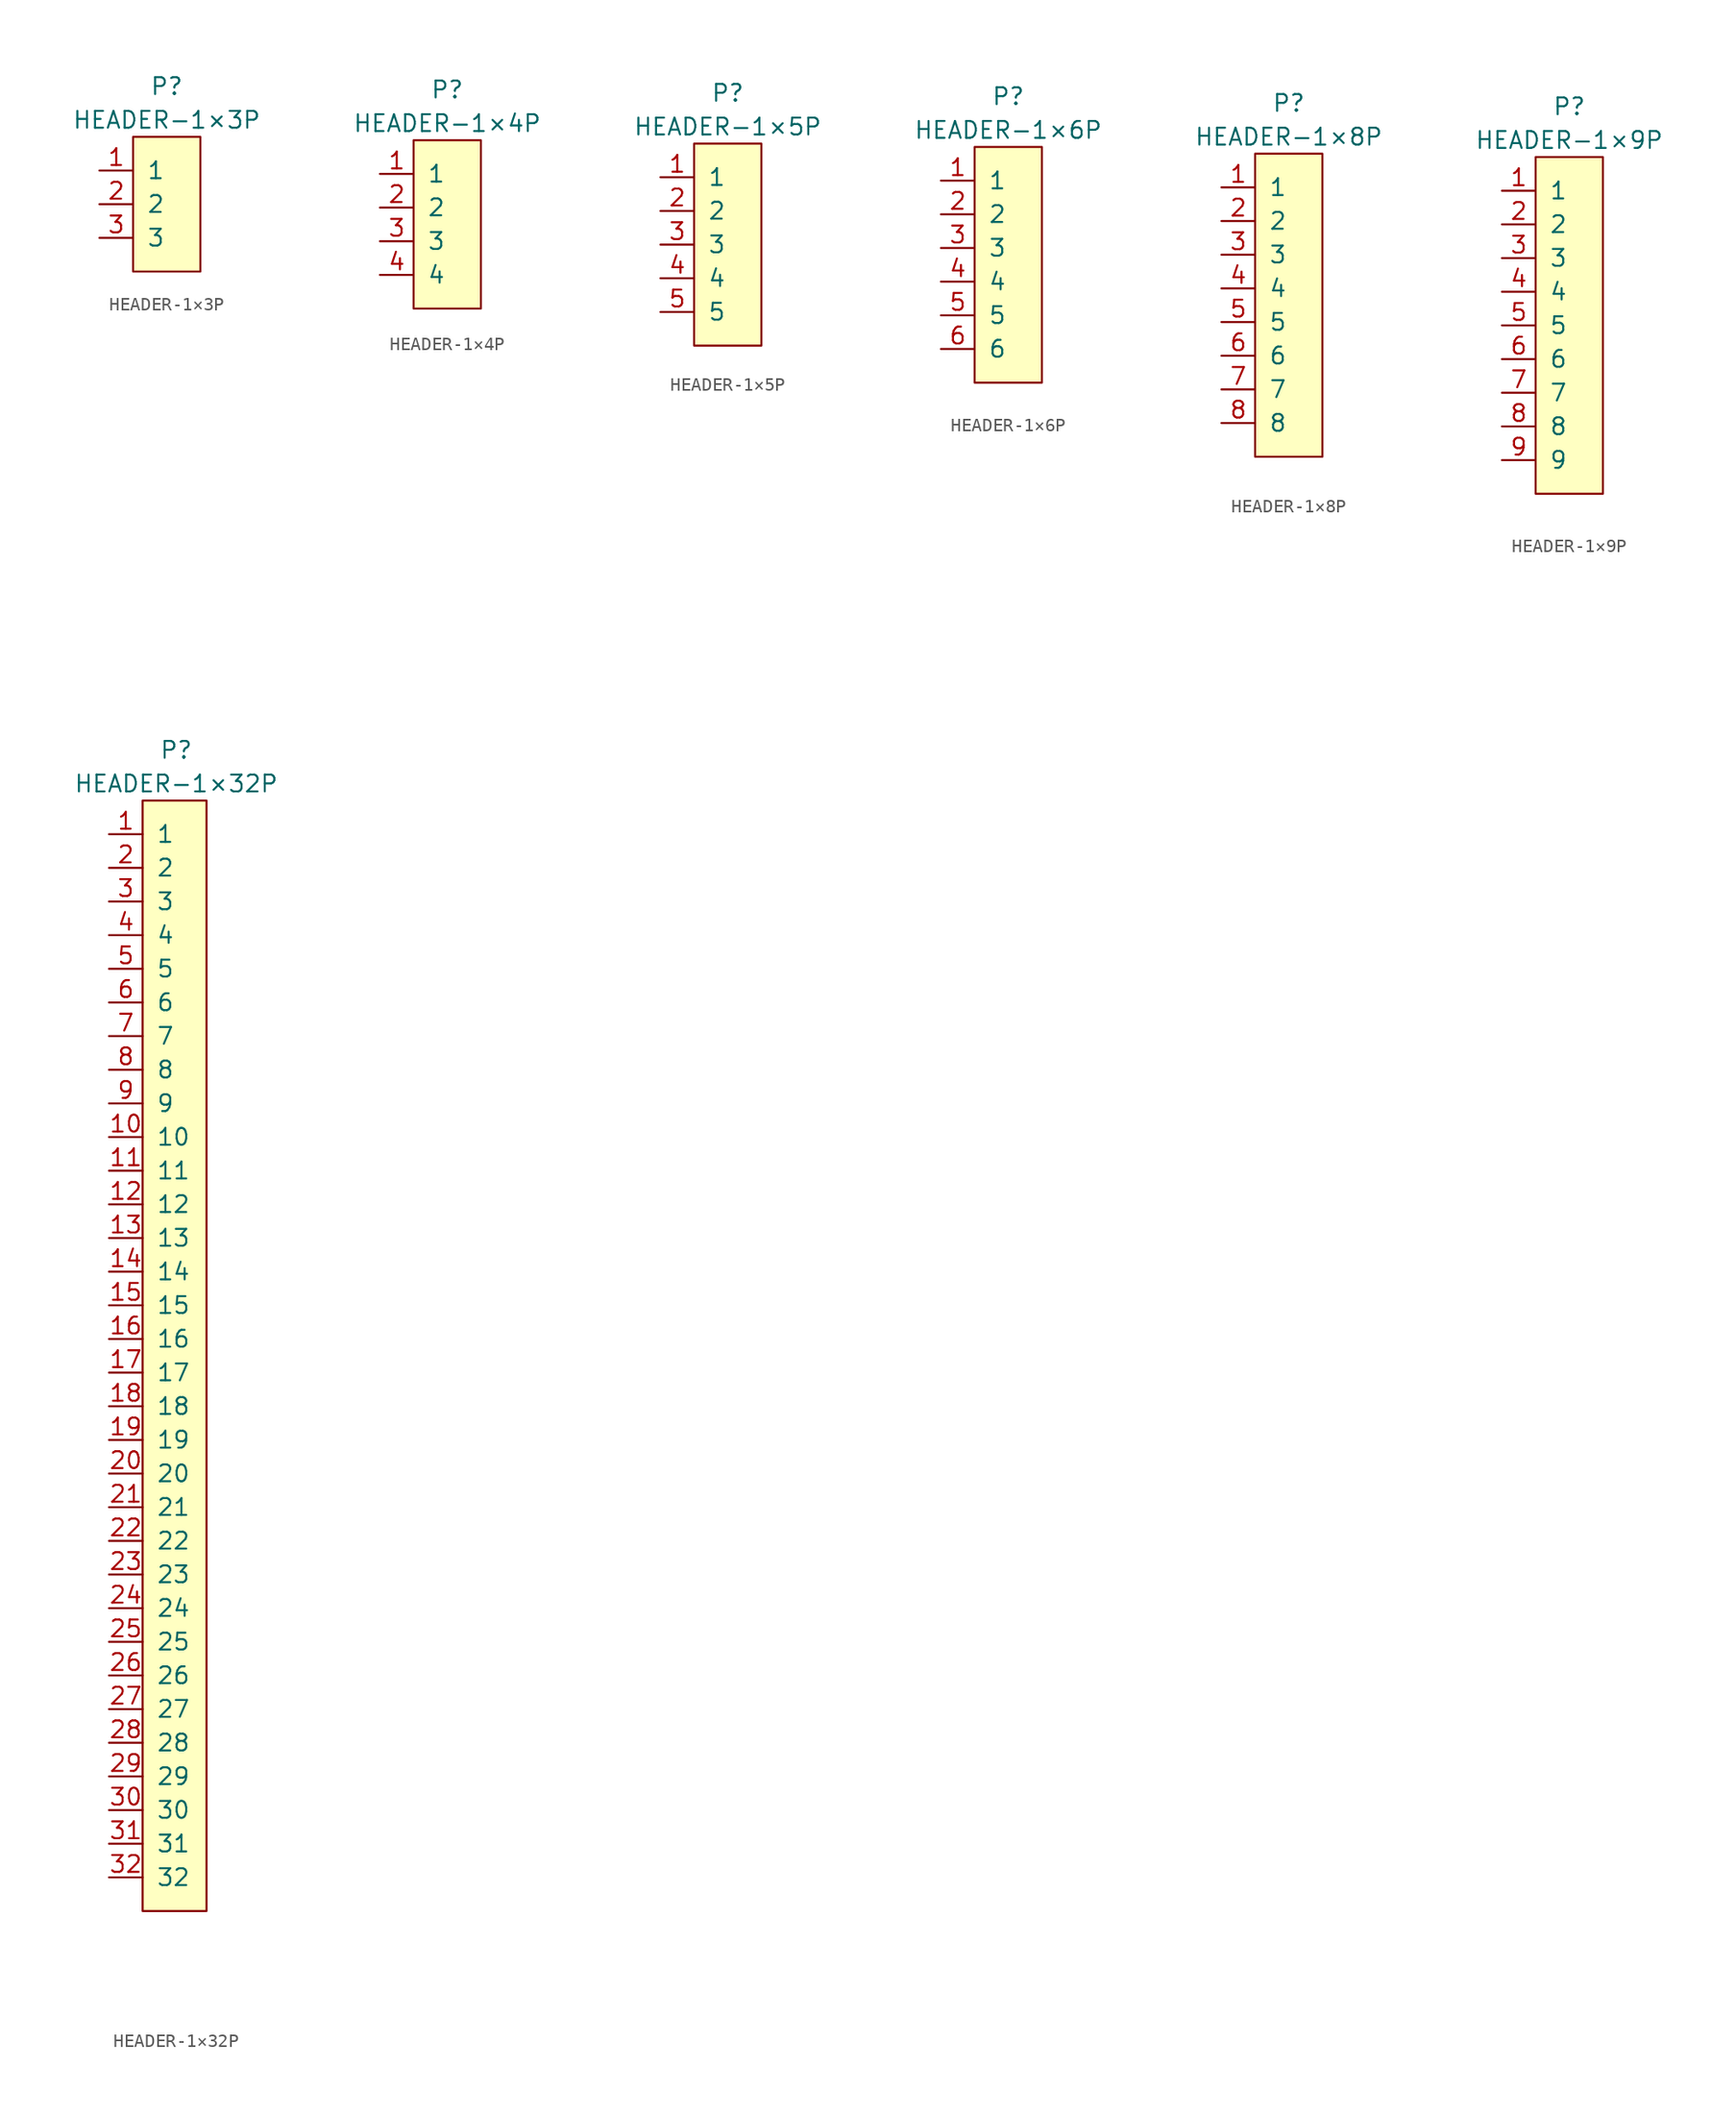
<source format=kicad_sym>
(kicad_symbol_lib
  (version 20231120)
  (generator "kicad_symbol_editor")
  (generator_version "8.0")
  (symbol "HEADER-1×3P"
    (pin_names
      (offset 1.016))
    (property "Reference" "P"
      (at 0 7.62 0)
      (effects (font (size 1.27 1.27))))
    (property "Value" "HEADER-1×3P"
      (at 0 5.08 0)
      (effects (font (size 1.27 1.27))))
    (symbol "HEADER-1×3P_0_1"
      (rectangle (start -2.54 3.81) (end 2.54 -6.35) (stroke (width 0) (type default)) (fill (type background))))
    (symbol "HEADER-1×3P_1_1"
      (pin passive line (at -5.08 1.27 0) (length 2.54) (name "1" (effects (font (size 1.27 1.27)))) (number "1" (effects (font (size 1.27 1.27)))))
      (pin passive line (at -5.08 -1.27 0) (length 2.54) (name "2" (effects (font (size 1.27 1.27)))) (number "2" (effects (font (size 1.27 1.27)))))
      (pin passive line (at -5.08 -3.81 0) (length 2.54) (name "3" (effects (font (size 1.27 1.27)))) (number "3" (effects (font (size 1.27 1.27)))))))
  (symbol "HEADER-1×4P"
    (pin_names
      (offset 1.016))
    (property "Reference" "P"
      (at 0 10.16 0)
      (effects (font (size 1.27 1.27))))
    (property "Value" "HEADER-1×4P"
      (at 0 7.62 0)
      (effects (font (size 1.27 1.27))))
    (symbol "HEADER-1×4P_0_1"
      (rectangle (start -2.54 6.35) (end 2.54 -6.35) (stroke (width 0) (type default)) (fill (type background))))
    (symbol "HEADER-1×4P_1_1"
      (pin passive line (at -5.08 3.81 0) (length 2.54) (name "1" (effects (font (size 1.27 1.27)))) (number "1" (effects (font (size 1.27 1.27)))))
      (pin passive line (at -5.08 1.27 0) (length 2.54) (name "2" (effects (font (size 1.27 1.27)))) (number "2" (effects (font (size 1.27 1.27)))))
      (pin passive line (at -5.08 -1.27 0) (length 2.54) (name "3" (effects (font (size 1.27 1.27)))) (number "3" (effects (font (size 1.27 1.27)))))
      (pin passive line (at -5.08 -3.81 0) (length 2.54) (name "4" (effects (font (size 1.27 1.27)))) (number "4" (effects (font (size 1.27 1.27)))))))
  (symbol "HEADER-1×5P"
    (pin_names
      (offset 1.016))
    (property "Reference" "P"
      (at 0 10.16 0)
      (effects (font (size 1.27 1.27))))
    (property "Value" "HEADER-1×5P"
      (at 0 7.62 0)
      (effects (font (size 1.27 1.27))))
    (symbol "HEADER-1×5P_0_1"
      (rectangle (start -2.54 6.35) (end 2.54 -8.89) (stroke (width 0) (type default)) (fill (type background))))
    (symbol "HEADER-1×5P_1_1"
      (pin passive line (at -5.08 3.81 0) (length 2.54) (name "1" (effects (font (size 1.27 1.27)))) (number "1" (effects (font (size 1.27 1.27)))))
      (pin passive line (at -5.08 1.27 0) (length 2.54) (name "2" (effects (font (size 1.27 1.27)))) (number "2" (effects (font (size 1.27 1.27)))))
      (pin passive line (at -5.08 -1.27 0) (length 2.54) (name "3" (effects (font (size 1.27 1.27)))) (number "3" (effects (font (size 1.27 1.27)))))
      (pin passive line (at -5.08 -3.81 0) (length 2.54) (name "4" (effects (font (size 1.27 1.27)))) (number "4" (effects (font (size 1.27 1.27)))))
      (pin passive line (at -5.08 -6.35 0) (length 2.54) (name "5" (effects (font (size 1.27 1.27)))) (number "5" (effects (font (size 1.27 1.27)))))))
  (symbol "HEADER-1×6P"
    (pin_names
      (offset 1.016))
    (property "Reference" "P"
      (at 0 12.7 0)
      (effects (font (size 1.27 1.27))))
    (property "Value" "HEADER-1×6P"
      (at 0 10.16 0)
      (effects (font (size 1.27 1.27))))
    (symbol "HEADER-1×6P_0_1"
      (rectangle (start -2.54 8.89) (end 2.54 -8.89) (stroke (width 0) (type default)) (fill (type background))))
    (symbol "HEADER-1×6P_1_1"
      (pin passive line (at -5.08 6.35 0) (length 2.54) (name "1" (effects (font (size 1.27 1.27)))) (number "1" (effects (font (size 1.27 1.27)))))
      (pin passive line (at -5.08 3.81 0) (length 2.54) (name "2" (effects (font (size 1.27 1.27)))) (number "2" (effects (font (size 1.27 1.27)))))
      (pin passive line (at -5.08 1.27 0) (length 2.54) (name "3" (effects (font (size 1.27 1.27)))) (number "3" (effects (font (size 1.27 1.27)))))
      (pin passive line (at -5.08 -1.27 0) (length 2.54) (name "4" (effects (font (size 1.27 1.27)))) (number "4" (effects (font (size 1.27 1.27)))))
      (pin passive line (at -5.08 -3.81 0) (length 2.54) (name "5" (effects (font (size 1.27 1.27)))) (number "5" (effects (font (size 1.27 1.27)))))
      (pin passive line (at -5.08 -6.35 0) (length 2.54) (name "6" (effects (font (size 1.27 1.27)))) (number "6" (effects (font (size 1.27 1.27)))))))
  (symbol "HEADER-1×8P"
    (pin_names
      (offset 1.016))
    (property "Reference" "P"
      (at 0 15.24 0)
      (effects (font (size 1.27 1.27))))
    (property "Value" "HEADER-1×8P"
      (at 0 12.7 0)
      (effects (font (size 1.27 1.27))))
    (symbol "HEADER-1×8P_0_1"
      (rectangle (start -2.54 11.43) (end 2.54 -11.43) (stroke (width 0) (type default)) (fill (type background))))
    (symbol "HEADER-1×8P_1_1"
      (pin passive line (at -5.08 8.89 0) (length 2.54) (name "1" (effects (font (size 1.27 1.27)))) (number "1" (effects (font (size 1.27 1.27)))))
      (pin passive line (at -5.08 6.35 0) (length 2.54) (name "2" (effects (font (size 1.27 1.27)))) (number "2" (effects (font (size 1.27 1.27)))))
      (pin passive line (at -5.08 3.81 0) (length 2.54) (name "3" (effects (font (size 1.27 1.27)))) (number "3" (effects (font (size 1.27 1.27)))))
      (pin passive line (at -5.08 1.27 0) (length 2.54) (name "4" (effects (font (size 1.27 1.27)))) (number "4" (effects (font (size 1.27 1.27)))))
      (pin passive line (at -5.08 -1.27 0) (length 2.54) (name "5" (effects (font (size 1.27 1.27)))) (number "5" (effects (font (size 1.27 1.27)))))
      (pin passive line (at -5.08 -3.81 0) (length 2.54) (name "6" (effects (font (size 1.27 1.27)))) (number "6" (effects (font (size 1.27 1.27)))))
      (pin passive line (at -5.08 -6.35 0) (length 2.54) (name "7" (effects (font (size 1.27 1.27)))) (number "7" (effects (font (size 1.27 1.27)))))
      (pin passive line (at -5.08 -8.89 0) (length 2.54) (name "8" (effects (font (size 1.27 1.27)))) (number "8" (effects (font (size 1.27 1.27)))))))
  (symbol "HEADER-1×9P"
    (pin_names
      (offset 1.016))
    (property "Reference" "P"
      (at 0 16.51 0)
      (effects (font (size 1.27 1.27))))
    (property "Value" "HEADER-1×9P"
      (at 0 13.97 0)
      (effects (font (size 1.27 1.27))))
    (symbol "HEADER-1×9P_0_1"
      (rectangle (start -2.54 12.7) (end 2.54 -12.7) (stroke (width 0) (type default)) (fill (type background))))
    (symbol "HEADER-1×9P_1_1"
      (pin passive line (at -5.08 10.16 0) (length 2.54) (name "1" (effects (font (size 1.27 1.27)))) (number "1" (effects (font (size 1.27 1.27)))))
      (pin passive line (at -5.08 7.62 0) (length 2.54) (name "2" (effects (font (size 1.27 1.27)))) (number "2" (effects (font (size 1.27 1.27)))))
      (pin passive line (at -5.08 5.08 0) (length 2.54) (name "3" (effects (font (size 1.27 1.27)))) (number "3" (effects (font (size 1.27 1.27)))))
      (pin passive line (at -5.08 2.54 0) (length 2.54) (name "4" (effects (font (size 1.27 1.27)))) (number "4" (effects (font (size 1.27 1.27)))))
      (pin passive line (at -5.08 0 0) (length 2.54) (name "5" (effects (font (size 1.27 1.27)))) (number "5" (effects (font (size 1.27 1.27)))))
      (pin passive line (at -5.08 -2.54 0) (length 2.54) (name "6" (effects (font (size 1.27 1.27)))) (number "6" (effects (font (size 1.27 1.27)))))
      (pin passive line (at -5.08 -5.08 0) (length 2.54) (name "7" (effects (font (size 1.27 1.27)))) (number "7" (effects (font (size 1.27 1.27)))))
      (pin passive line (at -5.08 -7.62 0) (length 2.54) (name "8" (effects (font (size 1.27 1.27)))) (number "8" (effects (font (size 1.27 1.27)))))
      (pin passive line (at -5.08 -10.16 0) (length 2.54) (name "9" (effects (font (size 1.27 1.27)))) (number "9" (effects (font (size 1.27 1.27)))))))
  (symbol "HEADER-1×32P"
    (pin_names
      (offset 1.016))
    (property "Reference" "P"
      (at 0 45.72 0)
      (effects (font (size 1.27 1.27))))
    (property "Value" "HEADER-1×32P"
      (at 0 43.18 0)
      (effects (font (size 1.27 1.27))))
    (symbol "HEADER-1×32P_0_1"
      (rectangle (start -2.54 41.91) (end 2.286 -41.91) (stroke (width 0) (type default)) (fill (type background))))
    (symbol "HEADER-1×32P_1_1"
      (pin passive line (at -5.08 39.37 0) (length 2.54) (name "1" (effects (font (size 1.27 1.27)))) (number "1" (effects (font (size 1.27 1.27)))))
      (pin passive line (at -5.08 16.51 0) (length 2.54) (name "10" (effects (font (size 1.27 1.27)))) (number "10" (effects (font (size 1.27 1.27)))))
      (pin passive line (at -5.08 13.97 0) (length 2.54) (name "11" (effects (font (size 1.27 1.27)))) (number "11" (effects (font (size 1.27 1.27)))))
      (pin passive line (at -5.08 11.43 0) (length 2.54) (name "12" (effects (font (size 1.27 1.27)))) (number "12" (effects (font (size 1.27 1.27)))))
      (pin passive line (at -5.08 8.89 0) (length 2.54) (name "13" (effects (font (size 1.27 1.27)))) (number "13" (effects (font (size 1.27 1.27)))))
      (pin passive line (at -5.08 6.35 0) (length 2.54) (name "14" (effects (font (size 1.27 1.27)))) (number "14" (effects (font (size 1.27 1.27)))))
      (pin passive line (at -5.08 3.81 0) (length 2.54) (name "15" (effects (font (size 1.27 1.27)))) (number "15" (effects (font (size 1.27 1.27)))))
      (pin passive line (at -5.08 1.27 0) (length 2.54) (name "16" (effects (font (size 1.27 1.27)))) (number "16" (effects (font (size 1.27 1.27)))))
      (pin passive line (at -5.08 -1.27 0) (length 2.54) (name "17" (effects (font (size 1.27 1.27)))) (number "17" (effects (font (size 1.27 1.27)))))
      (pin passive line (at -5.08 -3.81 0) (length 2.54) (name "18" (effects (font (size 1.27 1.27)))) (number "18" (effects (font (size 1.27 1.27)))))
      (pin passive line (at -5.08 -6.35 0) (length 2.54) (name "19" (effects (font (size 1.27 1.27)))) (number "19" (effects (font (size 1.27 1.27)))))
      (pin passive line (at -5.08 36.83 0) (length 2.54) (name "2" (effects (font (size 1.27 1.27)))) (number "2" (effects (font (size 1.27 1.27)))))
      (pin passive line (at -5.08 -8.89 0) (length 2.54) (name "20" (effects (font (size 1.27 1.27)))) (number "20" (effects (font (size 1.27 1.27)))))
      (pin passive line (at -5.08 -11.43 0) (length 2.54) (name "21" (effects (font (size 1.27 1.27)))) (number "21" (effects (font (size 1.27 1.27)))))
      (pin passive line (at -5.08 -13.97 0) (length 2.54) (name "22" (effects (font (size 1.27 1.27)))) (number "22" (effects (font (size 1.27 1.27)))))
      (pin passive line (at -5.08 -16.51 0) (length 2.54) (name "23" (effects (font (size 1.27 1.27)))) (number "23" (effects (font (size 1.27 1.27)))))
      (pin passive line (at -5.08 -19.05 0) (length 2.54) (name "24" (effects (font (size 1.27 1.27)))) (number "24" (effects (font (size 1.27 1.27)))))
      (pin passive line (at -5.08 -21.59 0) (length 2.54) (name "25" (effects (font (size 1.27 1.27)))) (number "25" (effects (font (size 1.27 1.27)))))
      (pin passive line (at -5.08 -24.13 0) (length 2.54) (name "26" (effects (font (size 1.27 1.27)))) (number "26" (effects (font (size 1.27 1.27)))))
      (pin passive line (at -5.08 -26.67 0) (length 2.54) (name "27" (effects (font (size 1.27 1.27)))) (number "27" (effects (font (size 1.27 1.27)))))
      (pin passive line (at -5.08 -29.21 0) (length 2.54) (name "28" (effects (font (size 1.27 1.27)))) (number "28" (effects (font (size 1.27 1.27)))))
      (pin passive line (at -5.08 -31.75 0) (length 2.54) (name "29" (effects (font (size 1.27 1.27)))) (number "29" (effects (font (size 1.27 1.27)))))
      (pin passive line (at -5.08 34.29 0) (length 2.54) (name "3" (effects (font (size 1.27 1.27)))) (number "3" (effects (font (size 1.27 1.27)))))
      (pin passive line (at -5.08 -34.29 0) (length 2.54) (name "30" (effects (font (size 1.27 1.27)))) (number "30" (effects (font (size 1.27 1.27)))))
      (pin passive line (at -5.08 -36.83 0) (length 2.54) (name "31" (effects (font (size 1.27 1.27)))) (number "31" (effects (font (size 1.27 1.27)))))
      (pin passive line (at -5.08 -39.37 0) (length 2.54) (name "32" (effects (font (size 1.27 1.27)))) (number "32" (effects (font (size 1.27 1.27)))))
      (pin passive line (at -5.08 31.75 0) (length 2.54) (name "4" (effects (font (size 1.27 1.27)))) (number "4" (effects (font (size 1.27 1.27)))))
      (pin passive line (at -5.08 29.21 0) (length 2.54) (name "5" (effects (font (size 1.27 1.27)))) (number "5" (effects (font (size 1.27 1.27)))))
      (pin passive line (at -5.08 26.67 0) (length 2.54) (name "6" (effects (font (size 1.27 1.27)))) (number "6" (effects (font (size 1.27 1.27)))))
      (pin passive line (at -5.08 24.13 0) (length 2.54) (name "7" (effects (font (size 1.27 1.27)))) (number "7" (effects (font (size 1.27 1.27)))))
      (pin passive line (at -5.08 21.59 0) (length 2.54) (name "8" (effects (font (size 1.27 1.27)))) (number "8" (effects (font (size 1.27 1.27)))))
      (pin passive line (at -5.08 19.05 0) (length 2.54) (name "9" (effects (font (size 1.27 1.27)))) (number "9" (effects (font (size 1.27 1.27))))))))
</source>
